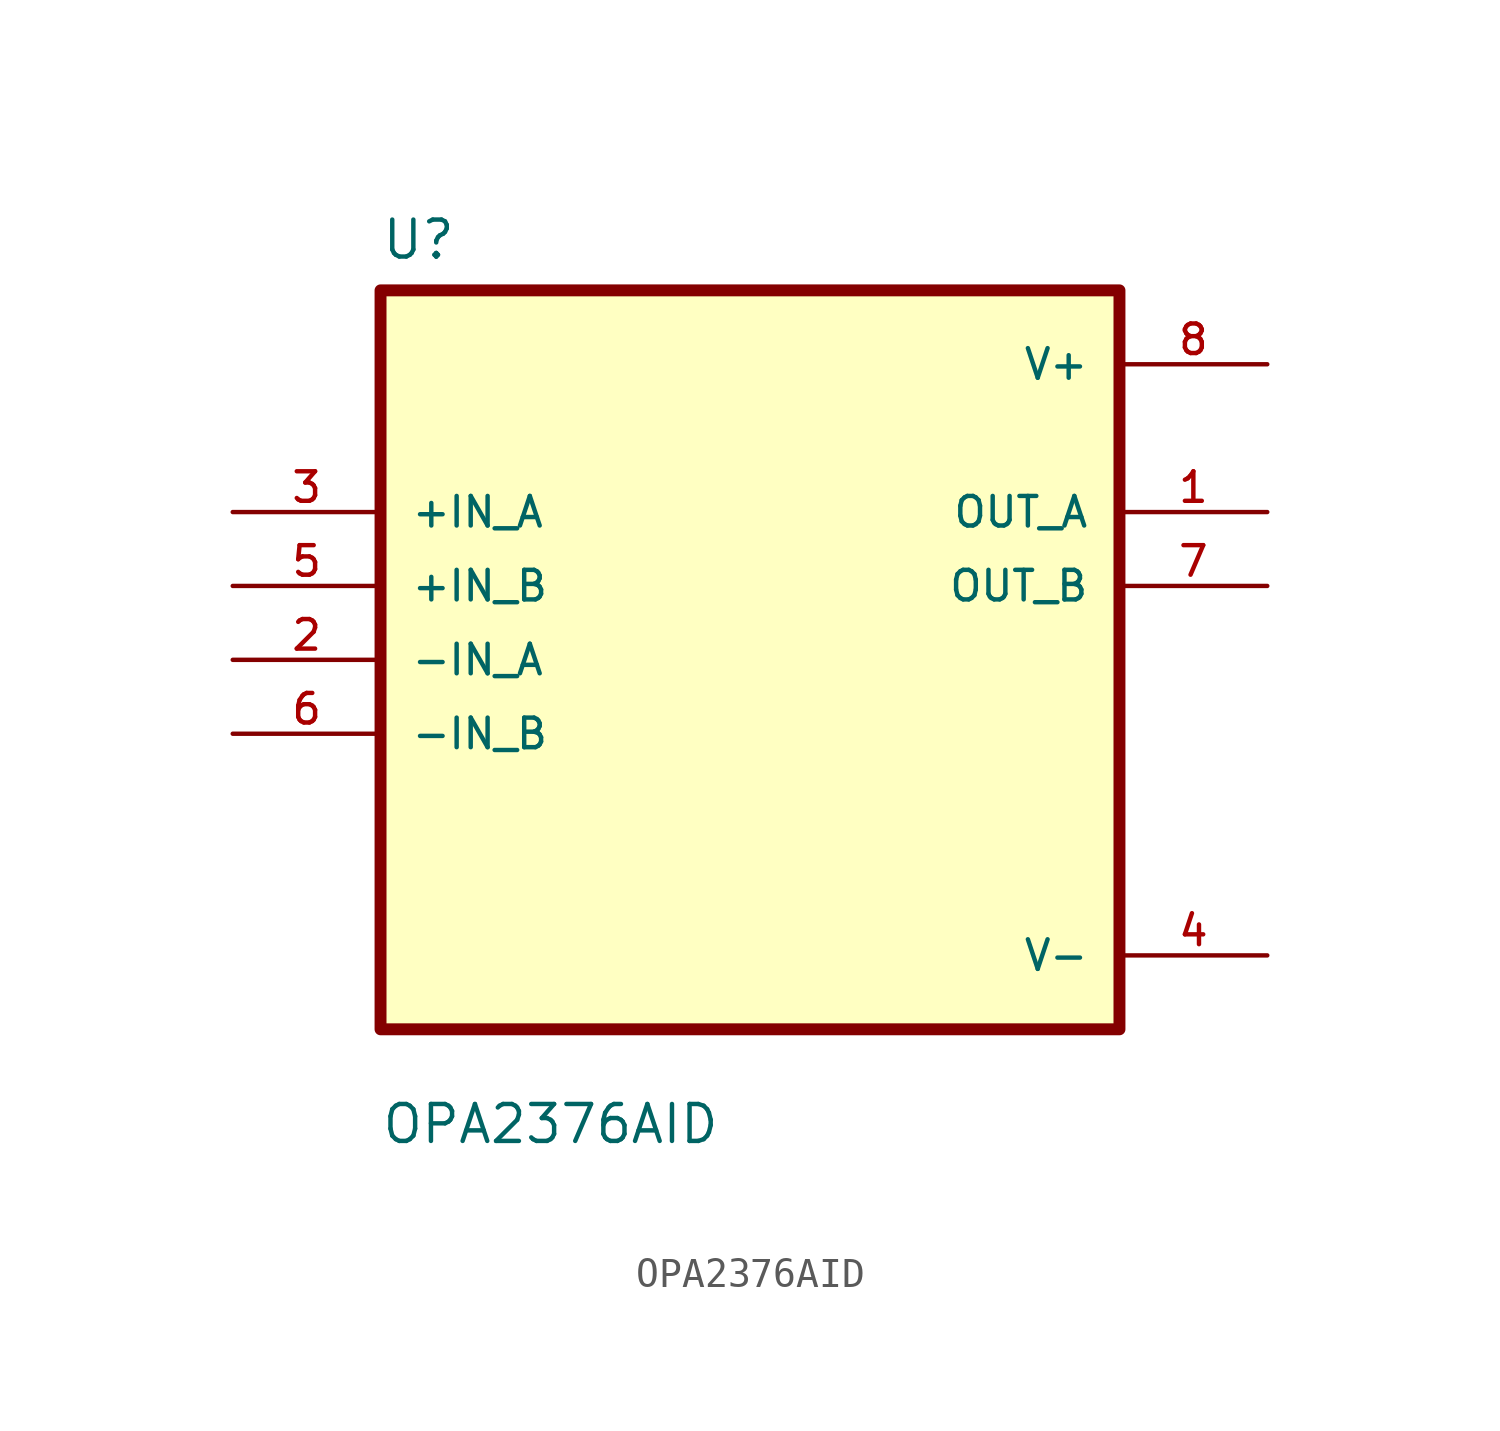
<source format=kicad_sym>
(kicad_symbol_lib
  (version 20211014)
  (generator kicad_symbol_editor)
  (symbol "OPA2376AID"
    (pin_names
      (offset 1.016))
    (property "Reference" "U"
      (at -12.7 13.7 0.0)
      (effects (font (size 1.27 1.27)) (justify bottom left)))
    (property "Value" "OPA2376AID"
      (at -12.7 -16.7 0.0)
      (effects (font (size 1.27 1.27)) (justify bottom left)))
    (symbol "OPA2376AID_0_0"
      (rectangle (start -12.7 -12.7) (end 12.7 12.7) (stroke (width 0.41)) (fill (type background)))
      (pin input line (at -17.78 5.08 0) (length 5.08) (name "+IN_A" (effects (font (size 1.016 1.016)))) (number "3" (effects (font (size 1.016 1.016)))))
      (pin input line (at -17.78 2.54 0) (length 5.08) (name "+IN_B" (effects (font (size 1.016 1.016)))) (number "5" (effects (font (size 1.016 1.016)))))
      (pin input line (at -17.78 -8.88178e-16 0) (length 5.08) (name "-IN_A" (effects (font (size 1.016 1.016)))) (number "2" (effects (font (size 1.016 1.016)))))
      (pin input line (at -17.78 -2.54 0) (length 5.08) (name "-IN_B" (effects (font (size 1.016 1.016)))) (number "6" (effects (font (size 1.016 1.016)))))
      (pin power_in line (at 17.78 10.16 180.0) (length 5.08) (name "V+" (effects (font (size 1.016 1.016)))) (number "8" (effects (font (size 1.016 1.016)))))
      (pin output line (at 17.78 5.08 180.0) (length 5.08) (name "OUT_A" (effects (font (size 1.016 1.016)))) (number "1" (effects (font (size 1.016 1.016)))))
      (pin output line (at 17.78 2.54 180.0) (length 5.08) (name "OUT_B" (effects (font (size 1.016 1.016)))) (number "7" (effects (font (size 1.016 1.016)))))
      (pin power_in line (at 17.78 -10.16 180.0) (length 5.08) (name "V-" (effects (font (size 1.016 1.016)))) (number "4" (effects (font (size 1.016 1.016))))))))
</source>
